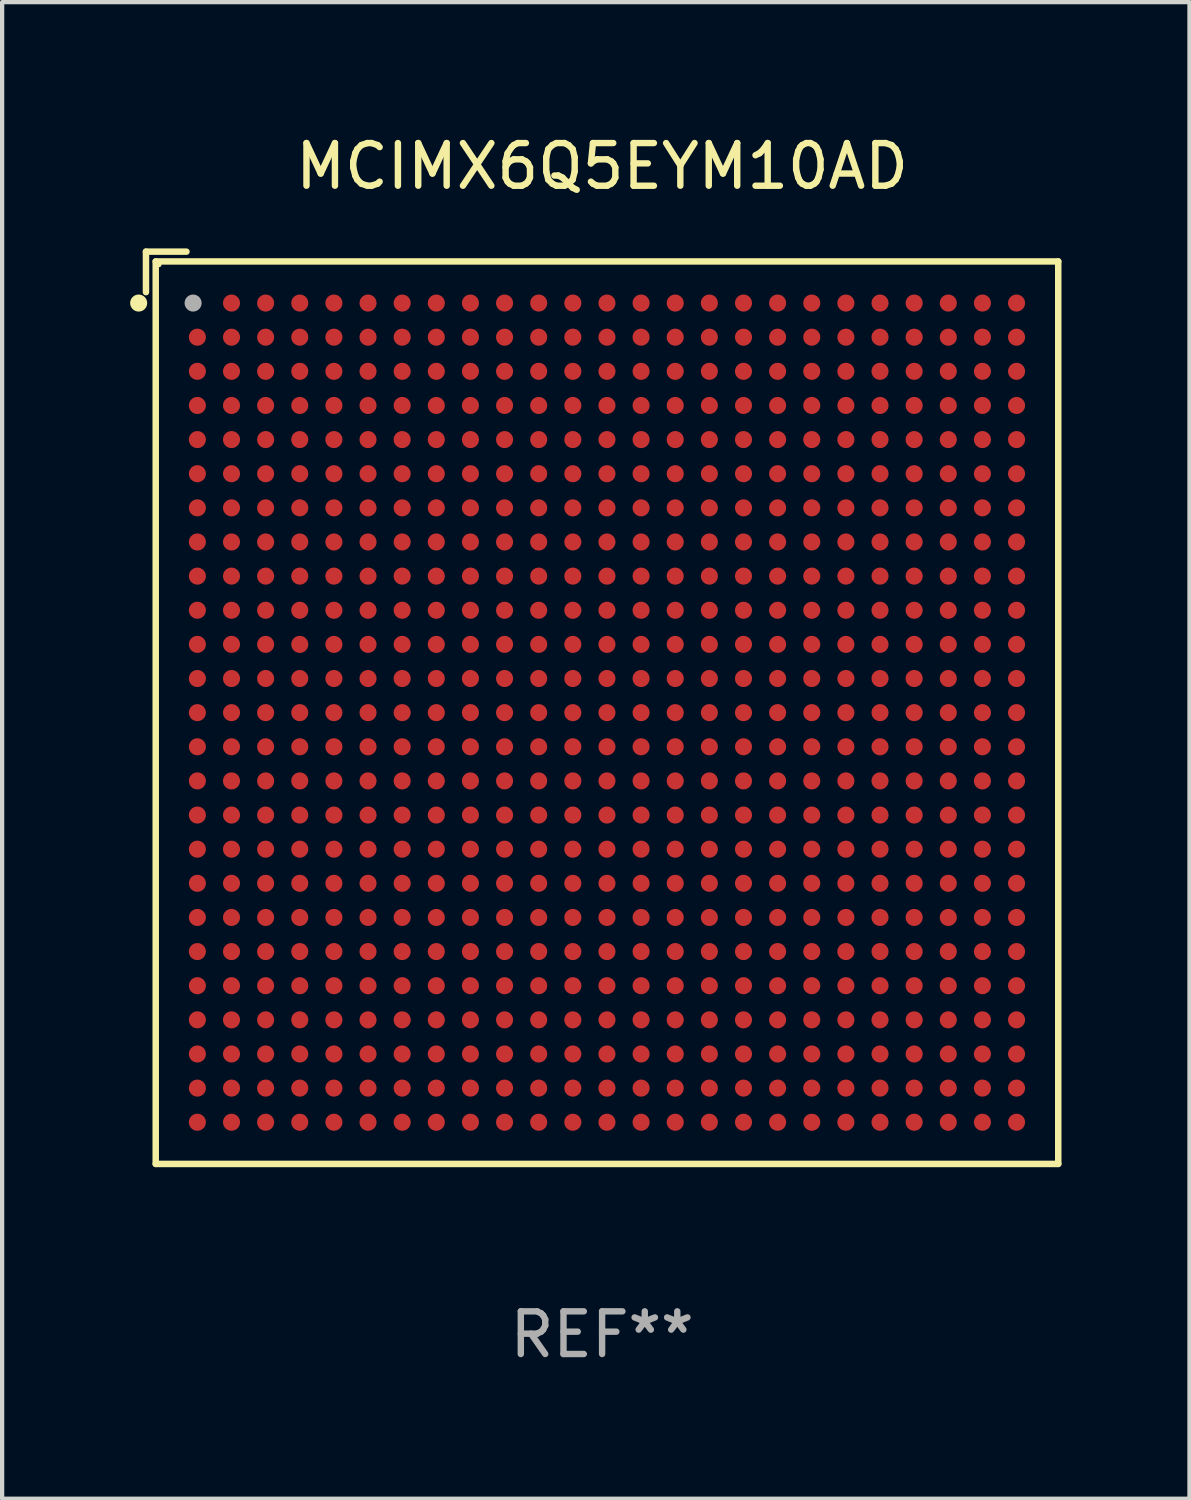
<source format=kicad_pcb>
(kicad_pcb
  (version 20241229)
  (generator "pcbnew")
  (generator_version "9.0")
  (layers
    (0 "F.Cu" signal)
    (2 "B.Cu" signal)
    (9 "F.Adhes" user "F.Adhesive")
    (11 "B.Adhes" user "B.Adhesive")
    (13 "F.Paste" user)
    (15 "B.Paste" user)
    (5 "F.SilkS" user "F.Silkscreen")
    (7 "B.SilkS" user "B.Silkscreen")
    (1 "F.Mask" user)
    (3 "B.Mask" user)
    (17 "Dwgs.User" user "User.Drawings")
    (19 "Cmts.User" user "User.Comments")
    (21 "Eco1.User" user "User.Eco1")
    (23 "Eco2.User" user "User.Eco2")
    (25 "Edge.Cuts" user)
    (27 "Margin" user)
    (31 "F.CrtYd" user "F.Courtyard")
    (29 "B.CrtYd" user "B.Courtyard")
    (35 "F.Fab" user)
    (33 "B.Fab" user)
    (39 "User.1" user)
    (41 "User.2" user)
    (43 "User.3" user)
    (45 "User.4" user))
  (footprint "MCIMX6Q5EYM10AD"
    (layer "F.Cu")
    (at 11.062 13.539)
    (property "Reference" "MCIMX6Q5EYM10AD" (at 0 -12.691 0) (layer "F.SilkS") (effects (font (size 1 1) (thickness 0.15))))
    (attr through_hole)
    (fp_line (start -10.691 -10.691) (end -10.691 -9.742) (stroke (width 0.152) (type solid)) (layer "F.SilkS"))
    (fp_line (start -10.462 -10.462) (end 10.691 -10.462) (stroke (width 0.152) (type solid)) (layer "F.SilkS"))
    (fp_line (start -10.462 10.691) (end -10.462 -10.462) (stroke (width 0.152) (type solid)) (layer "F.SilkS"))
    (fp_line (start -9.742 -10.691) (end -10.691 -10.691) (stroke (width 0.152) (type solid)) (layer "F.SilkS"))
    (fp_line (start 10.691 -10.462) (end 10.691 10.691) (stroke (width 0.152) (type solid)) (layer "F.SilkS"))
    (fp_line (start 10.691 10.691) (end -10.462 10.691) (stroke (width 0.152) (type solid)) (layer "F.SilkS"))
    (fp_circle (center -10.862 -9.486) (end -10.762 -9.486) (stroke (width 0.2) (type solid)) (fill no) (layer "F.SilkS"))
    (fp_circle (center -10.386 -10.386) (end -10.356 -10.386) (stroke (width 0.06) (type solid)) (fill no) (layer "F.SilkS"))
    (fp_circle (center -9.586 -9.486) (end -9.486 -9.486) (stroke (width 0.2) (type solid)) (fill no) (layer "F.Fab"))
    (fp_text user "REF**" (at 0 14.691 0) (layer "F.Fab") (effects (font (size 1 1) (thickness 0.15))))
    (pad "A2" smd circle (at -8.686 -9.486) (size 0.4 0.4) (layers "F.Cu" "F.Mask" "F.Paste"))
    (pad "A3" smd circle (at -7.886 -9.486) (size 0.4 0.4) (layers "F.Cu" "F.Mask" "F.Paste"))
    (pad "A4" smd circle (at -7.086 -9.486) (size 0.4 0.4) (layers "F.Cu" "F.Mask" "F.Paste"))
    (pad "A5" smd circle (at -6.286 -9.486) (size 0.4 0.4) (layers "F.Cu" "F.Mask" "F.Paste"))
    (pad "A6" smd circle (at -5.486 -9.486) (size 0.4 0.4) (layers "F.Cu" "F.Mask" "F.Paste"))
    (pad "A7" smd circle (at -4.686 -9.486) (size 0.4 0.4) (layers "F.Cu" "F.Mask" "F.Paste"))
    (pad "A8" smd circle (at -3.886 -9.486) (size 0.4 0.4) (layers "F.Cu" "F.Mask" "F.Paste"))
    (pad "A9" smd circle (at -3.086 -9.486) (size 0.4 0.4) (layers "F.Cu" "F.Mask" "F.Paste"))
    (pad "A10" smd circle (at -2.286 -9.486) (size 0.4 0.4) (layers "F.Cu" "F.Mask" "F.Paste"))
    (pad "A11" smd circle (at -1.486 -9.486) (size 0.4 0.4) (layers "F.Cu" "F.Mask" "F.Paste"))
    (pad "A12" smd circle (at -0.686 -9.486) (size 0.4 0.4) (layers "F.Cu" "F.Mask" "F.Paste"))
    (pad "A13" smd circle (at 0.114 -9.486) (size 0.4 0.4) (layers "F.Cu" "F.Mask" "F.Paste"))
    (pad "A14" smd circle (at 0.914 -9.486) (size 0.4 0.4) (layers "F.Cu" "F.Mask" "F.Paste"))
    (pad "A15" smd circle (at 1.714 -9.486) (size 0.4 0.4) (layers "F.Cu" "F.Mask" "F.Paste"))
    (pad "A16" smd circle (at 2.514 -9.486) (size 0.4 0.4) (layers "F.Cu" "F.Mask" "F.Paste"))
    (pad "A17" smd circle (at 3.314 -9.486) (size 0.4 0.4) (layers "F.Cu" "F.Mask" "F.Paste"))
    (pad "A18" smd circle (at 4.114 -9.486) (size 0.4 0.4) (layers "F.Cu" "F.Mask" "F.Paste"))
    (pad "A19" smd circle (at 4.914 -9.486) (size 0.4 0.4) (layers "F.Cu" "F.Mask" "F.Paste"))
    (pad "A20" smd circle (at 5.714 -9.486) (size 0.4 0.4) (layers "F.Cu" "F.Mask" "F.Paste"))
    (pad "A21" smd circle (at 6.514 -9.486) (size 0.4 0.4) (layers "F.Cu" "F.Mask" "F.Paste"))
    (pad "A22" smd circle (at 7.314 -9.486) (size 0.4 0.4) (layers "F.Cu" "F.Mask" "F.Paste"))
    (pad "A23" smd circle (at 8.114 -9.486) (size 0.4 0.4) (layers "F.Cu" "F.Mask" "F.Paste"))
    (pad "A24" smd circle (at 8.914 -9.486) (size 0.4 0.4) (layers "F.Cu" "F.Mask" "F.Paste"))
    (pad "A25" smd circle (at 9.714 -9.486) (size 0.4 0.4) (layers "F.Cu" "F.Mask" "F.Paste"))
    (pad "AA1" smd circle (at -9.486 6.514) (size 0.4 0.4) (layers "F.Cu" "F.Mask" "F.Paste"))
    (pad "AA2" smd circle (at -8.686 6.514) (size 0.4 0.4) (layers "F.Cu" "F.Mask" "F.Paste"))
    (pad "AA3" smd circle (at -7.886 6.514) (size 0.4 0.4) (layers "F.Cu" "F.Mask" "F.Paste"))
    (pad "AA4" smd circle (at -7.086 6.514) (size 0.4 0.4) (layers "F.Cu" "F.Mask" "F.Paste"))
    (pad "AA5" smd circle (at -6.286 6.514) (size 0.4 0.4) (layers "F.Cu" "F.Mask" "F.Paste"))
    (pad "AA6" smd circle (at -5.486 6.514) (size 0.4 0.4) (layers "F.Cu" "F.Mask" "F.Paste"))
    (pad "AA7" smd circle (at -4.686 6.514) (size 0.4 0.4) (layers "F.Cu" "F.Mask" "F.Paste"))
    (pad "AA8" smd circle (at -3.886 6.514) (size 0.4 0.4) (layers "F.Cu" "F.Mask" "F.Paste"))
    (pad "AA9" smd circle (at -3.086 6.514) (size 0.4 0.4) (layers "F.Cu" "F.Mask" "F.Paste"))
    (pad "AA10" smd circle (at -2.286 6.514) (size 0.4 0.4) (layers "F.Cu" "F.Mask" "F.Paste"))
    (pad "AA11" smd circle (at -1.486 6.514) (size 0.4 0.4) (layers "F.Cu" "F.Mask" "F.Paste"))
    (pad "AA12" smd circle (at -0.686 6.514) (size 0.4 0.4) (layers "F.Cu" "F.Mask" "F.Paste"))
    (pad "AA13" smd circle (at 0.114 6.514) (size 0.4 0.4) (layers "F.Cu" "F.Mask" "F.Paste"))
    (pad "AA14" smd circle (at 0.914 6.514) (size 0.4 0.4) (layers "F.Cu" "F.Mask" "F.Paste"))
    (pad "AA15" smd circle (at 1.714 6.514) (size 0.4 0.4) (layers "F.Cu" "F.Mask" "F.Paste"))
    (pad "AA16" smd circle (at 2.514 6.514) (size 0.4 0.4) (layers "F.Cu" "F.Mask" "F.Paste"))
    (pad "AA17" smd circle (at 3.314 6.514) (size 0.4 0.4) (layers "F.Cu" "F.Mask" "F.Paste"))
    (pad "AA18" smd circle (at 4.114 6.514) (size 0.4 0.4) (layers "F.Cu" "F.Mask" "F.Paste"))
    (pad "AA19" smd circle (at 4.914 6.514) (size 0.4 0.4) (layers "F.Cu" "F.Mask" "F.Paste"))
    (pad "AA20" smd circle (at 5.714 6.514) (size 0.4 0.4) (layers "F.Cu" "F.Mask" "F.Paste"))
    (pad "AA21" smd circle (at 6.514 6.514) (size 0.4 0.4) (layers "F.Cu" "F.Mask" "F.Paste"))
    (pad "AA22" smd circle (at 7.314 6.514) (size 0.4 0.4) (layers "F.Cu" "F.Mask" "F.Paste"))
    (pad "AA23" smd circle (at 8.114 6.514) (size 0.4 0.4) (layers "F.Cu" "F.Mask" "F.Paste"))
    (pad "AA24" smd circle (at 8.914 6.514) (size 0.4 0.4) (layers "F.Cu" "F.Mask" "F.Paste"))
    (pad "AA25" smd circle (at 9.714 6.514) (size 0.4 0.4) (layers "F.Cu" "F.Mask" "F.Paste"))
    (pad "AB1" smd circle (at -9.486 7.314) (size 0.4 0.4) (layers "F.Cu" "F.Mask" "F.Paste"))
    (pad "AB2" smd circle (at -8.686 7.314) (size 0.4 0.4) (layers "F.Cu" "F.Mask" "F.Paste"))
    (pad "AB3" smd circle (at -7.886 7.314) (size 0.4 0.4) (layers "F.Cu" "F.Mask" "F.Paste"))
    (pad "AB4" smd circle (at -7.086 7.314) (size 0.4 0.4) (layers "F.Cu" "F.Mask" "F.Paste"))
    (pad "AB5" smd circle (at -6.286 7.314) (size 0.4 0.4) (layers "F.Cu" "F.Mask" "F.Paste"))
    (pad "AB6" smd circle (at -5.486 7.314) (size 0.4 0.4) (layers "F.Cu" "F.Mask" "F.Paste"))
    (pad "AB7" smd circle (at -4.686 7.314) (size 0.4 0.4) (layers "F.Cu" "F.Mask" "F.Paste"))
    (pad "AB8" smd circle (at -3.886 7.314) (size 0.4 0.4) (layers "F.Cu" "F.Mask" "F.Paste"))
    (pad "AB9" smd circle (at -3.086 7.314) (size 0.4 0.4) (layers "F.Cu" "F.Mask" "F.Paste"))
    (pad "AB10" smd circle (at -2.286 7.314) (size 0.4 0.4) (layers "F.Cu" "F.Mask" "F.Paste"))
    (pad "AB11" smd circle (at -1.486 7.314) (size 0.4 0.4) (layers "F.Cu" "F.Mask" "F.Paste"))
    (pad "AB12" smd circle (at -0.686 7.314) (size 0.4 0.4) (layers "F.Cu" "F.Mask" "F.Paste"))
    (pad "AB13" smd circle (at 0.114 7.314) (size 0.4 0.4) (layers "F.Cu" "F.Mask" "F.Paste"))
    (pad "AB14" smd circle (at 0.914 7.314) (size 0.4 0.4) (layers "F.Cu" "F.Mask" "F.Paste"))
    (pad "AB15" smd circle (at 1.714 7.314) (size 0.4 0.4) (layers "F.Cu" "F.Mask" "F.Paste"))
    (pad "AB16" smd circle (at 2.514 7.314) (size 0.4 0.4) (layers "F.Cu" "F.Mask" "F.Paste"))
    (pad "AB17" smd circle (at 3.314 7.314) (size 0.4 0.4) (layers "F.Cu" "F.Mask" "F.Paste"))
    (pad "AB18" smd circle (at 4.114 7.314) (size 0.4 0.4) (layers "F.Cu" "F.Mask" "F.Paste"))
    (pad "AB19" smd circle (at 4.914 7.314) (size 0.4 0.4) (layers "F.Cu" "F.Mask" "F.Paste"))
    (pad "AB20" smd circle (at 5.714 7.314) (size 0.4 0.4) (layers "F.Cu" "F.Mask" "F.Paste"))
    (pad "AB21" smd circle (at 6.514 7.314) (size 0.4 0.4) (layers "F.Cu" "F.Mask" "F.Paste"))
    (pad "AB22" smd circle (at 7.314 7.314) (size 0.4 0.4) (layers "F.Cu" "F.Mask" "F.Paste"))
    (pad "AB23" smd circle (at 8.114 7.314) (size 0.4 0.4) (layers "F.Cu" "F.Mask" "F.Paste"))
    (pad "AB24" smd circle (at 8.914 7.314) (size 0.4 0.4) (layers "F.Cu" "F.Mask" "F.Paste"))
    (pad "AB25" smd circle (at 9.714 7.314) (size 0.4 0.4) (layers "F.Cu" "F.Mask" "F.Paste"))
    (pad "AC1" smd circle (at -9.486 8.114) (size 0.4 0.4) (layers "F.Cu" "F.Mask" "F.Paste"))
    (pad "AC2" smd circle (at -8.686 8.114) (size 0.4 0.4) (layers "F.Cu" "F.Mask" "F.Paste"))
    (pad "AC3" smd circle (at -7.886 8.114) (size 0.4 0.4) (layers "F.Cu" "F.Mask" "F.Paste"))
    (pad "AC4" smd circle (at -7.086 8.114) (size 0.4 0.4) (layers "F.Cu" "F.Mask" "F.Paste"))
    (pad "AC5" smd circle (at -6.286 8.114) (size 0.4 0.4) (layers "F.Cu" "F.Mask" "F.Paste"))
    (pad "AC6" smd circle (at -5.486 8.114) (size 0.4 0.4) (layers "F.Cu" "F.Mask" "F.Paste"))
    (pad "AC7" smd circle (at -4.686 8.114) (size 0.4 0.4) (layers "F.Cu" "F.Mask" "F.Paste"))
    (pad "AC8" smd circle (at -3.886 8.114) (size 0.4 0.4) (layers "F.Cu" "F.Mask" "F.Paste"))
    (pad "AC9" smd circle (at -3.086 8.114) (size 0.4 0.4) (layers "F.Cu" "F.Mask" "F.Paste"))
    (pad "AC10" smd circle (at -2.286 8.114) (size 0.4 0.4) (layers "F.Cu" "F.Mask" "F.Paste"))
    (pad "AC11" smd circle (at -1.486 8.114) (size 0.4 0.4) (layers "F.Cu" "F.Mask" "F.Paste"))
    (pad "AC12" smd circle (at -0.686 8.114) (size 0.4 0.4) (layers "F.Cu" "F.Mask" "F.Paste"))
    (pad "AC13" smd circle (at 0.114 8.114) (size 0.4 0.4) (layers "F.Cu" "F.Mask" "F.Paste"))
    (pad "AC14" smd circle (at 0.914 8.114) (size 0.4 0.4) (layers "F.Cu" "F.Mask" "F.Paste"))
    (pad "AC15" smd circle (at 1.714 8.114) (size 0.4 0.4) (layers "F.Cu" "F.Mask" "F.Paste"))
    (pad "AC16" smd circle (at 2.514 8.114) (size 0.4 0.4) (layers "F.Cu" "F.Mask" "F.Paste"))
    (pad "AC17" smd circle (at 3.314 8.114) (size 0.4 0.4) (layers "F.Cu" "F.Mask" "F.Paste"))
    (pad "AC18" smd circle (at 4.114 8.114) (size 0.4 0.4) (layers "F.Cu" "F.Mask" "F.Paste"))
    (pad "AC19" smd circle (at 4.914 8.114) (size 0.4 0.4) (layers "F.Cu" "F.Mask" "F.Paste"))
    (pad "AC20" smd circle (at 5.714 8.114) (size 0.4 0.4) (layers "F.Cu" "F.Mask" "F.Paste"))
    (pad "AC21" smd circle (at 6.514 8.114) (size 0.4 0.4) (layers "F.Cu" "F.Mask" "F.Paste"))
    (pad "AC22" smd circle (at 7.314 8.114) (size 0.4 0.4) (layers "F.Cu" "F.Mask" "F.Paste"))
    (pad "AC23" smd circle (at 8.114 8.114) (size 0.4 0.4) (layers "F.Cu" "F.Mask" "F.Paste"))
    (pad "AC24" smd circle (at 8.914 8.114) (size 0.4 0.4) (layers "F.Cu" "F.Mask" "F.Paste"))
    (pad "AC25" smd circle (at 9.714 8.114) (size 0.4 0.4) (layers "F.Cu" "F.Mask" "F.Paste"))
    (pad "AD1" smd circle (at -9.486 8.914) (size 0.4 0.4) (layers "F.Cu" "F.Mask" "F.Paste"))
    (pad "AD2" smd circle (at -8.686 8.914) (size 0.4 0.4) (layers "F.Cu" "F.Mask" "F.Paste"))
    (pad "AD3" smd circle (at -7.886 8.914) (size 0.4 0.4) (layers "F.Cu" "F.Mask" "F.Paste"))
    (pad "AD4" smd circle (at -7.086 8.914) (size 0.4 0.4) (layers "F.Cu" "F.Mask" "F.Paste"))
    (pad "AD5" smd circle (at -6.286 8.914) (size 0.4 0.4) (layers "F.Cu" "F.Mask" "F.Paste"))
    (pad "AD6" smd circle (at -5.486 8.914) (size 0.4 0.4) (layers "F.Cu" "F.Mask" "F.Paste"))
    (pad "AD7" smd circle (at -4.686 8.914) (size 0.4 0.4) (layers "F.Cu" "F.Mask" "F.Paste"))
    (pad "AD8" smd circle (at -3.886 8.914) (size 0.4 0.4) (layers "F.Cu" "F.Mask" "F.Paste"))
    (pad "AD9" smd circle (at -3.086 8.914) (size 0.4 0.4) (layers "F.Cu" "F.Mask" "F.Paste"))
    (pad "AD10" smd circle (at -2.286 8.914) (size 0.4 0.4) (layers "F.Cu" "F.Mask" "F.Paste"))
    (pad "AD11" smd circle (at -1.486 8.914) (size 0.4 0.4) (layers "F.Cu" "F.Mask" "F.Paste"))
    (pad "AD12" smd circle (at -0.686 8.914) (size 0.4 0.4) (layers "F.Cu" "F.Mask" "F.Paste"))
    (pad "AD13" smd circle (at 0.114 8.914) (size 0.4 0.4) (layers "F.Cu" "F.Mask" "F.Paste"))
    (pad "AD14" smd circle (at 0.914 8.914) (size 0.4 0.4) (layers "F.Cu" "F.Mask" "F.Paste"))
    (pad "AD15" smd circle (at 1.714 8.914) (size 0.4 0.4) (layers "F.Cu" "F.Mask" "F.Paste"))
    (pad "AD16" smd circle (at 2.514 8.914) (size 0.4 0.4) (layers "F.Cu" "F.Mask" "F.Paste"))
    (pad "AD17" smd circle (at 3.314 8.914) (size 0.4 0.4) (layers "F.Cu" "F.Mask" "F.Paste"))
    (pad "AD18" smd circle (at 4.114 8.914) (size 0.4 0.4) (layers "F.Cu" "F.Mask" "F.Paste"))
    (pad "AD19" smd circle (at 4.914 8.914) (size 0.4 0.4) (layers "F.Cu" "F.Mask" "F.Paste"))
    (pad "AD20" smd circle (at 5.714 8.914) (size 0.4 0.4) (layers "F.Cu" "F.Mask" "F.Paste"))
    (pad "AD21" smd circle (at 6.514 8.914) (size 0.4 0.4) (layers "F.Cu" "F.Mask" "F.Paste"))
    (pad "AD22" smd circle (at 7.314 8.914) (size 0.4 0.4) (layers "F.Cu" "F.Mask" "F.Paste"))
    (pad "AD23" smd circle (at 8.114 8.914) (size 0.4 0.4) (layers "F.Cu" "F.Mask" "F.Paste"))
    (pad "AD24" smd circle (at 8.914 8.914) (size 0.4 0.4) (layers "F.Cu" "F.Mask" "F.Paste"))
    (pad "AD25" smd circle (at 9.714 8.914) (size 0.4 0.4) (layers "F.Cu" "F.Mask" "F.Paste"))
    (pad "AE1" smd circle (at -9.486 9.714) (size 0.4 0.4) (layers "F.Cu" "F.Mask" "F.Paste"))
    (pad "AE2" smd circle (at -8.686 9.714) (size 0.4 0.4) (layers "F.Cu" "F.Mask" "F.Paste"))
    (pad "AE3" smd circle (at -7.886 9.714) (size 0.4 0.4) (layers "F.Cu" "F.Mask" "F.Paste"))
    (pad "AE4" smd circle (at -7.086 9.714) (size 0.4 0.4) (layers "F.Cu" "F.Mask" "F.Paste"))
    (pad "AE5" smd circle (at -6.286 9.714) (size 0.4 0.4) (layers "F.Cu" "F.Mask" "F.Paste"))
    (pad "AE6" smd circle (at -5.486 9.714) (size 0.4 0.4) (layers "F.Cu" "F.Mask" "F.Paste"))
    (pad "AE7" smd circle (at -4.686 9.714) (size 0.4 0.4) (layers "F.Cu" "F.Mask" "F.Paste"))
    (pad "AE8" smd circle (at -3.886 9.714) (size 0.4 0.4) (layers "F.Cu" "F.Mask" "F.Paste"))
    (pad "AE9" smd circle (at -3.086 9.714) (size 0.4 0.4) (layers "F.Cu" "F.Mask" "F.Paste"))
    (pad "AE10" smd circle (at -2.286 9.714) (size 0.4 0.4) (layers "F.Cu" "F.Mask" "F.Paste"))
    (pad "AE11" smd circle (at -1.486 9.714) (size 0.4 0.4) (layers "F.Cu" "F.Mask" "F.Paste"))
    (pad "AE12" smd circle (at -0.686 9.714) (size 0.4 0.4) (layers "F.Cu" "F.Mask" "F.Paste"))
    (pad "AE13" smd circle (at 0.114 9.714) (size 0.4 0.4) (layers "F.Cu" "F.Mask" "F.Paste"))
    (pad "AE14" smd circle (at 0.914 9.714) (size 0.4 0.4) (layers "F.Cu" "F.Mask" "F.Paste"))
    (pad "AE15" smd circle (at 1.714 9.714) (size 0.4 0.4) (layers "F.Cu" "F.Mask" "F.Paste"))
    (pad "AE16" smd circle (at 2.514 9.714) (size 0.4 0.4) (layers "F.Cu" "F.Mask" "F.Paste"))
    (pad "AE17" smd circle (at 3.314 9.714) (size 0.4 0.4) (layers "F.Cu" "F.Mask" "F.Paste"))
    (pad "AE18" smd circle (at 4.114 9.714) (size 0.4 0.4) (layers "F.Cu" "F.Mask" "F.Paste"))
    (pad "AE19" smd circle (at 4.914 9.714) (size 0.4 0.4) (layers "F.Cu" "F.Mask" "F.Paste"))
    (pad "AE20" smd circle (at 5.714 9.714) (size 0.4 0.4) (layers "F.Cu" "F.Mask" "F.Paste"))
    (pad "AE21" smd circle (at 6.514 9.714) (size 0.4 0.4) (layers "F.Cu" "F.Mask" "F.Paste"))
    (pad "AE22" smd circle (at 7.314 9.714) (size 0.4 0.4) (layers "F.Cu" "F.Mask" "F.Paste"))
    (pad "AE23" smd circle (at 8.114 9.714) (size 0.4 0.4) (layers "F.Cu" "F.Mask" "F.Paste"))
    (pad "AE24" smd circle (at 8.914 9.714) (size 0.4 0.4) (layers "F.Cu" "F.Mask" "F.Paste"))
    (pad "AE25" smd circle (at 9.714 9.714) (size 0.4 0.4) (layers "F.Cu" "F.Mask" "F.Paste"))
    (pad "B1" smd circle (at -9.486 -8.686) (size 0.4 0.4) (layers "F.Cu" "F.Mask" "F.Paste"))
    (pad "B2" smd circle (at -8.686 -8.686) (size 0.4 0.4) (layers "F.Cu" "F.Mask" "F.Paste"))
    (pad "B3" smd circle (at -7.886 -8.686) (size 0.4 0.4) (layers "F.Cu" "F.Mask" "F.Paste"))
    (pad "B4" smd circle (at -7.086 -8.686) (size 0.4 0.4) (layers "F.Cu" "F.Mask" "F.Paste"))
    (pad "B5" smd circle (at -6.286 -8.686) (size 0.4 0.4) (layers "F.Cu" "F.Mask" "F.Paste"))
    (pad "B6" smd circle (at -5.486 -8.686) (size 0.4 0.4) (layers "F.Cu" "F.Mask" "F.Paste"))
    (pad "B7" smd circle (at -4.686 -8.686) (size 0.4 0.4) (layers "F.Cu" "F.Mask" "F.Paste"))
    (pad "B8" smd circle (at -3.886 -8.686) (size 0.4 0.4) (layers "F.Cu" "F.Mask" "F.Paste"))
    (pad "B9" smd circle (at -3.086 -8.686) (size 0.4 0.4) (layers "F.Cu" "F.Mask" "F.Paste"))
    (pad "B10" smd circle (at -2.286 -8.686) (size 0.4 0.4) (layers "F.Cu" "F.Mask" "F.Paste"))
    (pad "B11" smd circle (at -1.486 -8.686) (size 0.4 0.4) (layers "F.Cu" "F.Mask" "F.Paste"))
    (pad "B12" smd circle (at -0.686 -8.686) (size 0.4 0.4) (layers "F.Cu" "F.Mask" "F.Paste"))
    (pad "B13" smd circle (at 0.114 -8.686) (size 0.4 0.4) (layers "F.Cu" "F.Mask" "F.Paste"))
    (pad "B14" smd circle (at 0.914 -8.686) (size 0.4 0.4) (layers "F.Cu" "F.Mask" "F.Paste"))
    (pad "B15" smd circle (at 1.714 -8.686) (size 0.4 0.4) (layers "F.Cu" "F.Mask" "F.Paste"))
    (pad "B16" smd circle (at 2.514 -8.686) (size 0.4 0.4) (layers "F.Cu" "F.Mask" "F.Paste"))
    (pad "B17" smd circle (at 3.314 -8.686) (size 0.4 0.4) (layers "F.Cu" "F.Mask" "F.Paste"))
    (pad "B18" smd circle (at 4.114 -8.686) (size 0.4 0.4) (layers "F.Cu" "F.Mask" "F.Paste"))
    (pad "B19" smd circle (at 4.914 -8.686) (size 0.4 0.4) (layers "F.Cu" "F.Mask" "F.Paste"))
    (pad "B20" smd circle (at 5.714 -8.686) (size 0.4 0.4) (layers "F.Cu" "F.Mask" "F.Paste"))
    (pad "B21" smd circle (at 6.514 -8.686) (size 0.4 0.4) (layers "F.Cu" "F.Mask" "F.Paste"))
    (pad "B22" smd circle (at 7.314 -8.686) (size 0.4 0.4) (layers "F.Cu" "F.Mask" "F.Paste"))
    (pad "B23" smd circle (at 8.114 -8.686) (size 0.4 0.4) (layers "F.Cu" "F.Mask" "F.Paste"))
    (pad "B24" smd circle (at 8.914 -8.686) (size 0.4 0.4) (layers "F.Cu" "F.Mask" "F.Paste"))
    (pad "B25" smd circle (at 9.714 -8.686) (size 0.4 0.4) (layers "F.Cu" "F.Mask" "F.Paste"))
    (pad "C1" smd circle (at -9.486 -7.886) (size 0.4 0.4) (layers "F.Cu" "F.Mask" "F.Paste"))
    (pad "C2" smd circle (at -8.686 -7.886) (size 0.4 0.4) (layers "F.Cu" "F.Mask" "F.Paste"))
    (pad "C3" smd circle (at -7.886 -7.886) (size 0.4 0.4) (layers "F.Cu" "F.Mask" "F.Paste"))
    (pad "C4" smd circle (at -7.086 -7.886) (size 0.4 0.4) (layers "F.Cu" "F.Mask" "F.Paste"))
    (pad "C5" smd circle (at -6.286 -7.886) (size 0.4 0.4) (layers "F.Cu" "F.Mask" "F.Paste"))
    (pad "C6" smd circle (at -5.486 -7.886) (size 0.4 0.4) (layers "F.Cu" "F.Mask" "F.Paste"))
    (pad "C7" smd circle (at -4.686 -7.886) (size 0.4 0.4) (layers "F.Cu" "F.Mask" "F.Paste"))
    (pad "C8" smd circle (at -3.886 -7.886) (size 0.4 0.4) (layers "F.Cu" "F.Mask" "F.Paste"))
    (pad "C9" smd circle (at -3.086 -7.886) (size 0.4 0.4) (layers "F.Cu" "F.Mask" "F.Paste"))
    (pad "C10" smd circle (at -2.286 -7.886) (size 0.4 0.4) (layers "F.Cu" "F.Mask" "F.Paste"))
    (pad "C11" smd circle (at -1.486 -7.886) (size 0.4 0.4) (layers "F.Cu" "F.Mask" "F.Paste"))
    (pad "C12" smd circle (at -0.686 -7.886) (size 0.4 0.4) (layers "F.Cu" "F.Mask" "F.Paste"))
    (pad "C13" smd circle (at 0.114 -7.886) (size 0.4 0.4) (layers "F.Cu" "F.Mask" "F.Paste"))
    (pad "C14" smd circle (at 0.914 -7.886) (size 0.4 0.4) (layers "F.Cu" "F.Mask" "F.Paste"))
    (pad "C15" smd circle (at 1.714 -7.886) (size 0.4 0.4) (layers "F.Cu" "F.Mask" "F.Paste"))
    (pad "C16" smd circle (at 2.514 -7.886) (size 0.4 0.4) (layers "F.Cu" "F.Mask" "F.Paste"))
    (pad "C17" smd circle (at 3.314 -7.886) (size 0.4 0.4) (layers "F.Cu" "F.Mask" "F.Paste"))
    (pad "C18" smd circle (at 4.114 -7.886) (size 0.4 0.4) (layers "F.Cu" "F.Mask" "F.Paste"))
    (pad "C19" smd circle (at 4.914 -7.886) (size 0.4 0.4) (layers "F.Cu" "F.Mask" "F.Paste"))
    (pad "C20" smd circle (at 5.714 -7.886) (size 0.4 0.4) (layers "F.Cu" "F.Mask" "F.Paste"))
    (pad "C21" smd circle (at 6.514 -7.886) (size 0.4 0.4) (layers "F.Cu" "F.Mask" "F.Paste"))
    (pad "C22" smd circle (at 7.314 -7.886) (size 0.4 0.4) (layers "F.Cu" "F.Mask" "F.Paste"))
    (pad "C23" smd circle (at 8.114 -7.886) (size 0.4 0.4) (layers "F.Cu" "F.Mask" "F.Paste"))
    (pad "C24" smd circle (at 8.914 -7.886) (size 0.4 0.4) (layers "F.Cu" "F.Mask" "F.Paste"))
    (pad "C25" smd circle (at 9.714 -7.886) (size 0.4 0.4) (layers "F.Cu" "F.Mask" "F.Paste"))
    (pad "D1" smd circle (at -9.486 -7.086) (size 0.4 0.4) (layers "F.Cu" "F.Mask" "F.Paste"))
    (pad "D2" smd circle (at -8.686 -7.086) (size 0.4 0.4) (layers "F.Cu" "F.Mask" "F.Paste"))
    (pad "D3" smd circle (at -7.886 -7.086) (size 0.4 0.4) (layers "F.Cu" "F.Mask" "F.Paste"))
    (pad "D4" smd circle (at -7.086 -7.086) (size 0.4 0.4) (layers "F.Cu" "F.Mask" "F.Paste"))
    (pad "D5" smd circle (at -6.286 -7.086) (size 0.4 0.4) (layers "F.Cu" "F.Mask" "F.Paste"))
    (pad "D6" smd circle (at -5.486 -7.086) (size 0.4 0.4) (layers "F.Cu" "F.Mask" "F.Paste"))
    (pad "D7" smd circle (at -4.686 -7.086) (size 0.4 0.4) (layers "F.Cu" "F.Mask" "F.Paste"))
    (pad "D8" smd circle (at -3.886 -7.086) (size 0.4 0.4) (layers "F.Cu" "F.Mask" "F.Paste"))
    (pad "D9" smd circle (at -3.086 -7.086) (size 0.4 0.4) (layers "F.Cu" "F.Mask" "F.Paste"))
    (pad "D10" smd circle (at -2.286 -7.086) (size 0.4 0.4) (layers "F.Cu" "F.Mask" "F.Paste"))
    (pad "D11" smd circle (at -1.486 -7.086) (size 0.4 0.4) (layers "F.Cu" "F.Mask" "F.Paste"))
    (pad "D12" smd circle (at -0.686 -7.086) (size 0.4 0.4) (layers "F.Cu" "F.Mask" "F.Paste"))
    (pad "D13" smd circle (at 0.114 -7.086) (size 0.4 0.4) (layers "F.Cu" "F.Mask" "F.Paste"))
    (pad "D14" smd circle (at 0.914 -7.086) (size 0.4 0.4) (layers "F.Cu" "F.Mask" "F.Paste"))
    (pad "D15" smd circle (at 1.714 -7.086) (size 0.4 0.4) (layers "F.Cu" "F.Mask" "F.Paste"))
    (pad "D16" smd circle (at 2.514 -7.086) (size 0.4 0.4) (layers "F.Cu" "F.Mask" "F.Paste"))
    (pad "D17" smd circle (at 3.314 -7.086) (size 0.4 0.4) (layers "F.Cu" "F.Mask" "F.Paste"))
    (pad "D18" smd circle (at 4.114 -7.086) (size 0.4 0.4) (layers "F.Cu" "F.Mask" "F.Paste"))
    (pad "D19" smd circle (at 4.914 -7.086) (size 0.4 0.4) (layers "F.Cu" "F.Mask" "F.Paste"))
    (pad "D20" smd circle (at 5.714 -7.086) (size 0.4 0.4) (layers "F.Cu" "F.Mask" "F.Paste"))
    (pad "D21" smd circle (at 6.514 -7.086) (size 0.4 0.4) (layers "F.Cu" "F.Mask" "F.Paste"))
    (pad "D22" smd circle (at 7.314 -7.086) (size 0.4 0.4) (layers "F.Cu" "F.Mask" "F.Paste"))
    (pad "D23" smd circle (at 8.114 -7.086) (size 0.4 0.4) (layers "F.Cu" "F.Mask" "F.Paste"))
    (pad "D24" smd circle (at 8.914 -7.086) (size 0.4 0.4) (layers "F.Cu" "F.Mask" "F.Paste"))
    (pad "D25" smd circle (at 9.714 -7.086) (size 0.4 0.4) (layers "F.Cu" "F.Mask" "F.Paste"))
    (pad "E1" smd circle (at -9.486 -6.286) (size 0.4 0.4) (layers "F.Cu" "F.Mask" "F.Paste"))
    (pad "E2" smd circle (at -8.686 -6.286) (size 0.4 0.4) (layers "F.Cu" "F.Mask" "F.Paste"))
    (pad "E3" smd circle (at -7.886 -6.286) (size 0.4 0.4) (layers "F.Cu" "F.Mask" "F.Paste"))
    (pad "E4" smd circle (at -7.086 -6.286) (size 0.4 0.4) (layers "F.Cu" "F.Mask" "F.Paste"))
    (pad "E5" smd circle (at -6.286 -6.286) (size 0.4 0.4) (layers "F.Cu" "F.Mask" "F.Paste"))
    (pad "E6" smd circle (at -5.486 -6.286) (size 0.4 0.4) (layers "F.Cu" "F.Mask" "F.Paste"))
    (pad "E7" smd circle (at -4.686 -6.286) (size 0.4 0.4) (layers "F.Cu" "F.Mask" "F.Paste"))
    (pad "E8" smd circle (at -3.886 -6.286) (size 0.4 0.4) (layers "F.Cu" "F.Mask" "F.Paste"))
    (pad "E9" smd circle (at -3.086 -6.286) (size 0.4 0.4) (layers "F.Cu" "F.Mask" "F.Paste"))
    (pad "E10" smd circle (at -2.286 -6.286) (size 0.4 0.4) (layers "F.Cu" "F.Mask" "F.Paste"))
    (pad "E11" smd circle (at -1.486 -6.286) (size 0.4 0.4) (layers "F.Cu" "F.Mask" "F.Paste"))
    (pad "E12" smd circle (at -0.686 -6.286) (size 0.4 0.4) (layers "F.Cu" "F.Mask" "F.Paste"))
    (pad "E13" smd circle (at 0.114 -6.286) (size 0.4 0.4) (layers "F.Cu" "F.Mask" "F.Paste"))
    (pad "E14" smd circle (at 0.914 -6.286) (size 0.4 0.4) (layers "F.Cu" "F.Mask" "F.Paste"))
    (pad "E15" smd circle (at 1.714 -6.286) (size 0.4 0.4) (layers "F.Cu" "F.Mask" "F.Paste"))
    (pad "E16" smd circle (at 2.514 -6.286) (size 0.4 0.4) (layers "F.Cu" "F.Mask" "F.Paste"))
    (pad "E17" smd circle (at 3.314 -6.286) (size 0.4 0.4) (layers "F.Cu" "F.Mask" "F.Paste"))
    (pad "E18" smd circle (at 4.114 -6.286) (size 0.4 0.4) (layers "F.Cu" "F.Mask" "F.Paste"))
    (pad "E19" smd circle (at 4.914 -6.286) (size 0.4 0.4) (layers "F.Cu" "F.Mask" "F.Paste"))
    (pad "E20" smd circle (at 5.714 -6.286) (size 0.4 0.4) (layers "F.Cu" "F.Mask" "F.Paste"))
    (pad "E21" smd circle (at 6.514 -6.286) (size 0.4 0.4) (layers "F.Cu" "F.Mask" "F.Paste"))
    (pad "E22" smd circle (at 7.314 -6.286) (size 0.4 0.4) (layers "F.Cu" "F.Mask" "F.Paste"))
    (pad "E23" smd circle (at 8.114 -6.286) (size 0.4 0.4) (layers "F.Cu" "F.Mask" "F.Paste"))
    (pad "E24" smd circle (at 8.914 -6.286) (size 0.4 0.4) (layers "F.Cu" "F.Mask" "F.Paste"))
    (pad "E25" smd circle (at 9.714 -6.286) (size 0.4 0.4) (layers "F.Cu" "F.Mask" "F.Paste"))
    (pad "F1" smd circle (at -9.486 -5.486) (size 0.4 0.4) (layers "F.Cu" "F.Mask" "F.Paste"))
    (pad "F2" smd circle (at -8.686 -5.486) (size 0.4 0.4) (layers "F.Cu" "F.Mask" "F.Paste"))
    (pad "F3" smd circle (at -7.886 -5.486) (size 0.4 0.4) (layers "F.Cu" "F.Mask" "F.Paste"))
    (pad "F4" smd circle (at -7.086 -5.486) (size 0.4 0.4) (layers "F.Cu" "F.Mask" "F.Paste"))
    (pad "F5" smd circle (at -6.286 -5.486) (size 0.4 0.4) (layers "F.Cu" "F.Mask" "F.Paste"))
    (pad "F6" smd circle (at -5.486 -5.486) (size 0.4 0.4) (layers "F.Cu" "F.Mask" "F.Paste"))
    (pad "F7" smd circle (at -4.686 -5.486) (size 0.4 0.4) (layers "F.Cu" "F.Mask" "F.Paste"))
    (pad "F8" smd circle (at -3.886 -5.486) (size 0.4 0.4) (layers "F.Cu" "F.Mask" "F.Paste"))
    (pad "F9" smd circle (at -3.086 -5.486) (size 0.4 0.4) (layers "F.Cu" "F.Mask" "F.Paste"))
    (pad "F10" smd circle (at -2.286 -5.486) (size 0.4 0.4) (layers "F.Cu" "F.Mask" "F.Paste"))
    (pad "F11" smd circle (at -1.486 -5.486) (size 0.4 0.4) (layers "F.Cu" "F.Mask" "F.Paste"))
    (pad "F12" smd circle (at -0.686 -5.486) (size 0.4 0.4) (layers "F.Cu" "F.Mask" "F.Paste"))
    (pad "F13" smd circle (at 0.114 -5.486) (size 0.4 0.4) (layers "F.Cu" "F.Mask" "F.Paste"))
    (pad "F14" smd circle (at 0.914 -5.486) (size 0.4 0.4) (layers "F.Cu" "F.Mask" "F.Paste"))
    (pad "F15" smd circle (at 1.714 -5.486) (size 0.4 0.4) (layers "F.Cu" "F.Mask" "F.Paste"))
    (pad "F16" smd circle (at 2.514 -5.486) (size 0.4 0.4) (layers "F.Cu" "F.Mask" "F.Paste"))
    (pad "F17" smd circle (at 3.314 -5.486) (size 0.4 0.4) (layers "F.Cu" "F.Mask" "F.Paste"))
    (pad "F18" smd circle (at 4.114 -5.486) (size 0.4 0.4) (layers "F.Cu" "F.Mask" "F.Paste"))
    (pad "F19" smd circle (at 4.914 -5.486) (size 0.4 0.4) (layers "F.Cu" "F.Mask" "F.Paste"))
    (pad "F20" smd circle (at 5.714 -5.486) (size 0.4 0.4) (layers "F.Cu" "F.Mask" "F.Paste"))
    (pad "F21" smd circle (at 6.514 -5.486) (size 0.4 0.4) (layers "F.Cu" "F.Mask" "F.Paste"))
    (pad "F22" smd circle (at 7.314 -5.486) (size 0.4 0.4) (layers "F.Cu" "F.Mask" "F.Paste"))
    (pad "F23" smd circle (at 8.114 -5.486) (size 0.4 0.4) (layers "F.Cu" "F.Mask" "F.Paste"))
    (pad "F24" smd circle (at 8.914 -5.486) (size 0.4 0.4) (layers "F.Cu" "F.Mask" "F.Paste"))
    (pad "F25" smd circle (at 9.714 -5.486) (size 0.4 0.4) (layers "F.Cu" "F.Mask" "F.Paste"))
    (pad "G1" smd circle (at -9.486 -4.686) (size 0.4 0.4) (layers "F.Cu" "F.Mask" "F.Paste"))
    (pad "G2" smd circle (at -8.686 -4.686) (size 0.4 0.4) (layers "F.Cu" "F.Mask" "F.Paste"))
    (pad "G3" smd circle (at -7.886 -4.686) (size 0.4 0.4) (layers "F.Cu" "F.Mask" "F.Paste"))
    (pad "G4" smd circle (at -7.086 -4.686) (size 0.4 0.4) (layers "F.Cu" "F.Mask" "F.Paste"))
    (pad "G5" smd circle (at -6.286 -4.686) (size 0.4 0.4) (layers "F.Cu" "F.Mask" "F.Paste"))
    (pad "G6" smd circle (at -5.486 -4.686) (size 0.4 0.4) (layers "F.Cu" "F.Mask" "F.Paste"))
    (pad "G7" smd circle (at -4.686 -4.686) (size 0.4 0.4) (layers "F.Cu" "F.Mask" "F.Paste"))
    (pad "G8" smd circle (at -3.886 -4.686) (size 0.4 0.4) (layers "F.Cu" "F.Mask" "F.Paste"))
    (pad "G9" smd circle (at -3.086 -4.686) (size 0.4 0.4) (layers "F.Cu" "F.Mask" "F.Paste"))
    (pad "G10" smd circle (at -2.286 -4.686) (size 0.4 0.4) (layers "F.Cu" "F.Mask" "F.Paste"))
    (pad "G11" smd circle (at -1.486 -4.686) (size 0.4 0.4) (layers "F.Cu" "F.Mask" "F.Paste"))
    (pad "G12" smd circle (at -0.686 -4.686) (size 0.4 0.4) (layers "F.Cu" "F.Mask" "F.Paste"))
    (pad "G13" smd circle (at 0.114 -4.686) (size 0.4 0.4) (layers "F.Cu" "F.Mask" "F.Paste"))
    (pad "G14" smd circle (at 0.914 -4.686) (size 0.4 0.4) (layers "F.Cu" "F.Mask" "F.Paste"))
    (pad "G15" smd circle (at 1.714 -4.686) (size 0.4 0.4) (layers "F.Cu" "F.Mask" "F.Paste"))
    (pad "G16" smd circle (at 2.514 -4.686) (size 0.4 0.4) (layers "F.Cu" "F.Mask" "F.Paste"))
    (pad "G17" smd circle (at 3.314 -4.686) (size 0.4 0.4) (layers "F.Cu" "F.Mask" "F.Paste"))
    (pad "G18" smd circle (at 4.114 -4.686) (size 0.4 0.4) (layers "F.Cu" "F.Mask" "F.Paste"))
    (pad "G19" smd circle (at 4.914 -4.686) (size 0.4 0.4) (layers "F.Cu" "F.Mask" "F.Paste"))
    (pad "G20" smd circle (at 5.714 -4.686) (size 0.4 0.4) (layers "F.Cu" "F.Mask" "F.Paste"))
    (pad "G21" smd circle (at 6.514 -4.686) (size 0.4 0.4) (layers "F.Cu" "F.Mask" "F.Paste"))
    (pad "G22" smd circle (at 7.314 -4.686) (size 0.4 0.4) (layers "F.Cu" "F.Mask" "F.Paste"))
    (pad "G23" smd circle (at 8.114 -4.686) (size 0.4 0.4) (layers "F.Cu" "F.Mask" "F.Paste"))
    (pad "G24" smd circle (at 8.914 -4.686) (size 0.4 0.4) (layers "F.Cu" "F.Mask" "F.Paste"))
    (pad "G25" smd circle (at 9.714 -4.686) (size 0.4 0.4) (layers "F.Cu" "F.Mask" "F.Paste"))
    (pad "H1" smd circle (at -9.486 -3.886) (size 0.4 0.4) (layers "F.Cu" "F.Mask" "F.Paste"))
    (pad "H2" smd circle (at -8.686 -3.886) (size 0.4 0.4) (layers "F.Cu" "F.Mask" "F.Paste"))
    (pad "H3" smd circle (at -7.886 -3.886) (size 0.4 0.4) (layers "F.Cu" "F.Mask" "F.Paste"))
    (pad "H4" smd circle (at -7.086 -3.886) (size 0.4 0.4) (layers "F.Cu" "F.Mask" "F.Paste"))
    (pad "H5" smd circle (at -6.286 -3.886) (size 0.4 0.4) (layers "F.Cu" "F.Mask" "F.Paste"))
    (pad "H6" smd circle (at -5.486 -3.886) (size 0.4 0.4) (layers "F.Cu" "F.Mask" "F.Paste"))
    (pad "H7" smd circle (at -4.686 -3.886) (size 0.4 0.4) (layers "F.Cu" "F.Mask" "F.Paste"))
    (pad "H8" smd circle (at -3.886 -3.886) (size 0.4 0.4) (layers "F.Cu" "F.Mask" "F.Paste"))
    (pad "H9" smd circle (at -3.086 -3.886) (size 0.4 0.4) (layers "F.Cu" "F.Mask" "F.Paste"))
    (pad "H10" smd circle (at -2.286 -3.886) (size 0.4 0.4) (layers "F.Cu" "F.Mask" "F.Paste"))
    (pad "H11" smd circle (at -1.486 -3.886) (size 0.4 0.4) (layers "F.Cu" "F.Mask" "F.Paste"))
    (pad "H12" smd circle (at -0.686 -3.886) (size 0.4 0.4) (layers "F.Cu" "F.Mask" "F.Paste"))
    (pad "H13" smd circle (at 0.114 -3.886) (size 0.4 0.4) (layers "F.Cu" "F.Mask" "F.Paste"))
    (pad "H14" smd circle (at 0.914 -3.886) (size 0.4 0.4) (layers "F.Cu" "F.Mask" "F.Paste"))
    (pad "H15" smd circle (at 1.714 -3.886) (size 0.4 0.4) (layers "F.Cu" "F.Mask" "F.Paste"))
    (pad "H16" smd circle (at 2.514 -3.886) (size 0.4 0.4) (layers "F.Cu" "F.Mask" "F.Paste"))
    (pad "H17" smd circle (at 3.314 -3.886) (size 0.4 0.4) (layers "F.Cu" "F.Mask" "F.Paste"))
    (pad "H18" smd circle (at 4.114 -3.886) (size 0.4 0.4) (layers "F.Cu" "F.Mask" "F.Paste"))
    (pad "H19" smd circle (at 4.914 -3.886) (size 0.4 0.4) (layers "F.Cu" "F.Mask" "F.Paste"))
    (pad "H20" smd circle (at 5.714 -3.886) (size 0.4 0.4) (layers "F.Cu" "F.Mask" "F.Paste"))
    (pad "H21" smd circle (at 6.514 -3.886) (size 0.4 0.4) (layers "F.Cu" "F.Mask" "F.Paste"))
    (pad "H22" smd circle (at 7.314 -3.886) (size 0.4 0.4) (layers "F.Cu" "F.Mask" "F.Paste"))
    (pad "H23" smd circle (at 8.114 -3.886) (size 0.4 0.4) (layers "F.Cu" "F.Mask" "F.Paste"))
    (pad "H24" smd circle (at 8.914 -3.886) (size 0.4 0.4) (layers "F.Cu" "F.Mask" "F.Paste"))
    (pad "H25" smd circle (at 9.714 -3.886) (size 0.4 0.4) (layers "F.Cu" "F.Mask" "F.Paste"))
    (pad "J1" smd circle (at -9.486 -3.086) (size 0.4 0.4) (layers "F.Cu" "F.Mask" "F.Paste"))
    (pad "J2" smd circle (at -8.686 -3.086) (size 0.4 0.4) (layers "F.Cu" "F.Mask" "F.Paste"))
    (pad "J3" smd circle (at -7.886 -3.086) (size 0.4 0.4) (layers "F.Cu" "F.Mask" "F.Paste"))
    (pad "J4" smd circle (at -7.086 -3.086) (size 0.4 0.4) (layers "F.Cu" "F.Mask" "F.Paste"))
    (pad "J5" smd circle (at -6.286 -3.086) (size 0.4 0.4) (layers "F.Cu" "F.Mask" "F.Paste"))
    (pad "J6" smd circle (at -5.486 -3.086) (size 0.4 0.4) (layers "F.Cu" "F.Mask" "F.Paste"))
    (pad "J7" smd circle (at -4.686 -3.086) (size 0.4 0.4) (layers "F.Cu" "F.Mask" "F.Paste"))
    (pad "J8" smd circle (at -3.886 -3.086) (size 0.4 0.4) (layers "F.Cu" "F.Mask" "F.Paste"))
    (pad "J9" smd circle (at -3.086 -3.086) (size 0.4 0.4) (layers "F.Cu" "F.Mask" "F.Paste"))
    (pad "J10" smd circle (at -2.286 -3.086) (size 0.4 0.4) (layers "F.Cu" "F.Mask" "F.Paste"))
    (pad "J11" smd circle (at -1.486 -3.086) (size 0.4 0.4) (layers "F.Cu" "F.Mask" "F.Paste"))
    (pad "J12" smd circle (at -0.686 -3.086) (size 0.4 0.4) (layers "F.Cu" "F.Mask" "F.Paste"))
    (pad "J13" smd circle (at 0.114 -3.086) (size 0.4 0.4) (layers "F.Cu" "F.Mask" "F.Paste"))
    (pad "J14" smd circle (at 0.914 -3.086) (size 0.4 0.4) (layers "F.Cu" "F.Mask" "F.Paste"))
    (pad "J15" smd circle (at 1.714 -3.086) (size 0.4 0.4) (layers "F.Cu" "F.Mask" "F.Paste"))
    (pad "J16" smd circle (at 2.514 -3.086) (size 0.4 0.4) (layers "F.Cu" "F.Mask" "F.Paste"))
    (pad "J17" smd circle (at 3.314 -3.086) (size 0.4 0.4) (layers "F.Cu" "F.Mask" "F.Paste"))
    (pad "J18" smd circle (at 4.114 -3.086) (size 0.4 0.4) (layers "F.Cu" "F.Mask" "F.Paste"))
    (pad "J19" smd circle (at 4.914 -3.086) (size 0.4 0.4) (layers "F.Cu" "F.Mask" "F.Paste"))
    (pad "J20" smd circle (at 5.714 -3.086) (size 0.4 0.4) (layers "F.Cu" "F.Mask" "F.Paste"))
    (pad "J21" smd circle (at 6.514 -3.086) (size 0.4 0.4) (layers "F.Cu" "F.Mask" "F.Paste"))
    (pad "J22" smd circle (at 7.314 -3.086) (size 0.4 0.4) (layers "F.Cu" "F.Mask" "F.Paste"))
    (pad "J23" smd circle (at 8.114 -3.086) (size 0.4 0.4) (layers "F.Cu" "F.Mask" "F.Paste"))
    (pad "J24" smd circle (at 8.914 -3.086) (size 0.4 0.4) (layers "F.Cu" "F.Mask" "F.Paste"))
    (pad "J25" smd circle (at 9.714 -3.086) (size 0.4 0.4) (layers "F.Cu" "F.Mask" "F.Paste"))
    (pad "K1" smd circle (at -9.486 -2.286) (size 0.4 0.4) (layers "F.Cu" "F.Mask" "F.Paste"))
    (pad "K2" smd circle (at -8.686 -2.286) (size 0.4 0.4) (layers "F.Cu" "F.Mask" "F.Paste"))
    (pad "K3" smd circle (at -7.886 -2.286) (size 0.4 0.4) (layers "F.Cu" "F.Mask" "F.Paste"))
    (pad "K4" smd circle (at -7.086 -2.286) (size 0.4 0.4) (layers "F.Cu" "F.Mask" "F.Paste"))
    (pad "K5" smd circle (at -6.286 -2.286) (size 0.4 0.4) (layers "F.Cu" "F.Mask" "F.Paste"))
    (pad "K6" smd circle (at -5.486 -2.286) (size 0.4 0.4) (layers "F.Cu" "F.Mask" "F.Paste"))
    (pad "K7" smd circle (at -4.686 -2.286) (size 0.4 0.4) (layers "F.Cu" "F.Mask" "F.Paste"))
    (pad "K8" smd circle (at -3.886 -2.286) (size 0.4 0.4) (layers "F.Cu" "F.Mask" "F.Paste"))
    (pad "K9" smd circle (at -3.086 -2.286) (size 0.4 0.4) (layers "F.Cu" "F.Mask" "F.Paste"))
    (pad "K10" smd circle (at -2.286 -2.286) (size 0.4 0.4) (layers "F.Cu" "F.Mask" "F.Paste"))
    (pad "K11" smd circle (at -1.486 -2.286) (size 0.4 0.4) (layers "F.Cu" "F.Mask" "F.Paste"))
    (pad "K12" smd circle (at -0.686 -2.286) (size 0.4 0.4) (layers "F.Cu" "F.Mask" "F.Paste"))
    (pad "K13" smd circle (at 0.114 -2.286) (size 0.4 0.4) (layers "F.Cu" "F.Mask" "F.Paste"))
    (pad "K14" smd circle (at 0.914 -2.286) (size 0.4 0.4) (layers "F.Cu" "F.Mask" "F.Paste"))
    (pad "K15" smd circle (at 1.714 -2.286) (size 0.4 0.4) (layers "F.Cu" "F.Mask" "F.Paste"))
    (pad "K16" smd circle (at 2.514 -2.286) (size 0.4 0.4) (layers "F.Cu" "F.Mask" "F.Paste"))
    (pad "K17" smd circle (at 3.314 -2.286) (size 0.4 0.4) (layers "F.Cu" "F.Mask" "F.Paste"))
    (pad "K18" smd circle (at 4.114 -2.286) (size 0.4 0.4) (layers "F.Cu" "F.Mask" "F.Paste"))
    (pad "K19" smd circle (at 4.914 -2.286) (size 0.4 0.4) (layers "F.Cu" "F.Mask" "F.Paste"))
    (pad "K20" smd circle (at 5.714 -2.286) (size 0.4 0.4) (layers "F.Cu" "F.Mask" "F.Paste"))
    (pad "K21" smd circle (at 6.514 -2.286) (size 0.4 0.4) (layers "F.Cu" "F.Mask" "F.Paste"))
    (pad "K22" smd circle (at 7.314 -2.286) (size 0.4 0.4) (layers "F.Cu" "F.Mask" "F.Paste"))
    (pad "K23" smd circle (at 8.114 -2.286) (size 0.4 0.4) (layers "F.Cu" "F.Mask" "F.Paste"))
    (pad "K24" smd circle (at 8.914 -2.286) (size 0.4 0.4) (layers "F.Cu" "F.Mask" "F.Paste"))
    (pad "K25" smd circle (at 9.714 -2.286) (size 0.4 0.4) (layers "F.Cu" "F.Mask" "F.Paste"))
    (pad "L1" smd circle (at -9.486 -1.486) (size 0.4 0.4) (layers "F.Cu" "F.Mask" "F.Paste"))
    (pad "L2" smd circle (at -8.686 -1.486) (size 0.4 0.4) (layers "F.Cu" "F.Mask" "F.Paste"))
    (pad "L3" smd circle (at -7.886 -1.486) (size 0.4 0.4) (layers "F.Cu" "F.Mask" "F.Paste"))
    (pad "L4" smd circle (at -7.086 -1.486) (size 0.4 0.4) (layers "F.Cu" "F.Mask" "F.Paste"))
    (pad "L5" smd circle (at -6.286 -1.486) (size 0.4 0.4) (layers "F.Cu" "F.Mask" "F.Paste"))
    (pad "L6" smd circle (at -5.486 -1.486) (size 0.4 0.4) (layers "F.Cu" "F.Mask" "F.Paste"))
    (pad "L7" smd circle (at -4.686 -1.486) (size 0.4 0.4) (layers "F.Cu" "F.Mask" "F.Paste"))
    (pad "L8" smd circle (at -3.886 -1.486) (size 0.4 0.4) (layers "F.Cu" "F.Mask" "F.Paste"))
    (pad "L9" smd circle (at -3.086 -1.486) (size 0.4 0.4) (layers "F.Cu" "F.Mask" "F.Paste"))
    (pad "L10" smd circle (at -2.286 -1.486) (size 0.4 0.4) (layers "F.Cu" "F.Mask" "F.Paste"))
    (pad "L11" smd circle (at -1.486 -1.486) (size 0.4 0.4) (layers "F.Cu" "F.Mask" "F.Paste"))
    (pad "L12" smd circle (at -0.686 -1.486) (size 0.4 0.4) (layers "F.Cu" "F.Mask" "F.Paste"))
    (pad "L13" smd circle (at 0.114 -1.486) (size 0.4 0.4) (layers "F.Cu" "F.Mask" "F.Paste"))
    (pad "L14" smd circle (at 0.914 -1.486) (size 0.4 0.4) (layers "F.Cu" "F.Mask" "F.Paste"))
    (pad "L15" smd circle (at 1.714 -1.486) (size 0.4 0.4) (layers "F.Cu" "F.Mask" "F.Paste"))
    (pad "L16" smd circle (at 2.514 -1.486) (size 0.4 0.4) (layers "F.Cu" "F.Mask" "F.Paste"))
    (pad "L17" smd circle (at 3.314 -1.486) (size 0.4 0.4) (layers "F.Cu" "F.Mask" "F.Paste"))
    (pad "L18" smd circle (at 4.114 -1.486) (size 0.4 0.4) (layers "F.Cu" "F.Mask" "F.Paste"))
    (pad "L19" smd circle (at 4.914 -1.486) (size 0.4 0.4) (layers "F.Cu" "F.Mask" "F.Paste"))
    (pad "L20" smd circle (at 5.714 -1.486) (size 0.4 0.4) (layers "F.Cu" "F.Mask" "F.Paste"))
    (pad "L21" smd circle (at 6.514 -1.486) (size 0.4 0.4) (layers "F.Cu" "F.Mask" "F.Paste"))
    (pad "L22" smd circle (at 7.314 -1.486) (size 0.4 0.4) (layers "F.Cu" "F.Mask" "F.Paste"))
    (pad "L23" smd circle (at 8.114 -1.486) (size 0.4 0.4) (layers "F.Cu" "F.Mask" "F.Paste"))
    (pad "L24" smd circle (at 8.914 -1.486) (size 0.4 0.4) (layers "F.Cu" "F.Mask" "F.Paste"))
    (pad "L25" smd circle (at 9.714 -1.486) (size 0.4 0.4) (layers "F.Cu" "F.Mask" "F.Paste"))
    (pad "M1" smd circle (at -9.486 -0.686) (size 0.4 0.4) (layers "F.Cu" "F.Mask" "F.Paste"))
    (pad "M2" smd circle (at -8.686 -0.686) (size 0.4 0.4) (layers "F.Cu" "F.Mask" "F.Paste"))
    (pad "M3" smd circle (at -7.886 -0.686) (size 0.4 0.4) (layers "F.Cu" "F.Mask" "F.Paste"))
    (pad "M4" smd circle (at -7.086 -0.686) (size 0.4 0.4) (layers "F.Cu" "F.Mask" "F.Paste"))
    (pad "M5" smd circle (at -6.286 -0.686) (size 0.4 0.4) (layers "F.Cu" "F.Mask" "F.Paste"))
    (pad "M6" smd circle (at -5.486 -0.686) (size 0.4 0.4) (layers "F.Cu" "F.Mask" "F.Paste"))
    (pad "M7" smd circle (at -4.686 -0.686) (size 0.4 0.4) (layers "F.Cu" "F.Mask" "F.Paste"))
    (pad "M8" smd circle (at -3.886 -0.686) (size 0.4 0.4) (layers "F.Cu" "F.Mask" "F.Paste"))
    (pad "M9" smd circle (at -3.086 -0.686) (size 0.4 0.4) (layers "F.Cu" "F.Mask" "F.Paste"))
    (pad "M10" smd circle (at -2.286 -0.686) (size 0.4 0.4) (layers "F.Cu" "F.Mask" "F.Paste"))
    (pad "M11" smd circle (at -1.486 -0.686) (size 0.4 0.4) (layers "F.Cu" "F.Mask" "F.Paste"))
    (pad "M12" smd circle (at -0.686 -0.686) (size 0.4 0.4) (layers "F.Cu" "F.Mask" "F.Paste"))
    (pad "M13" smd circle (at 0.114 -0.686) (size 0.4 0.4) (layers "F.Cu" "F.Mask" "F.Paste"))
    (pad "M14" smd circle (at 0.914 -0.686) (size 0.4 0.4) (layers "F.Cu" "F.Mask" "F.Paste"))
    (pad "M15" smd circle (at 1.714 -0.686) (size 0.4 0.4) (layers "F.Cu" "F.Mask" "F.Paste"))
    (pad "M16" smd circle (at 2.514 -0.686) (size 0.4 0.4) (layers "F.Cu" "F.Mask" "F.Paste"))
    (pad "M17" smd circle (at 3.314 -0.686) (size 0.4 0.4) (layers "F.Cu" "F.Mask" "F.Paste"))
    (pad "M18" smd circle (at 4.114 -0.686) (size 0.4 0.4) (layers "F.Cu" "F.Mask" "F.Paste"))
    (pad "M19" smd circle (at 4.914 -0.686) (size 0.4 0.4) (layers "F.Cu" "F.Mask" "F.Paste"))
    (pad "M20" smd circle (at 5.714 -0.686) (size 0.4 0.4) (layers "F.Cu" "F.Mask" "F.Paste"))
    (pad "M21" smd circle (at 6.514 -0.686) (size 0.4 0.4) (layers "F.Cu" "F.Mask" "F.Paste"))
    (pad "M22" smd circle (at 7.314 -0.686) (size 0.4 0.4) (layers "F.Cu" "F.Mask" "F.Paste"))
    (pad "M23" smd circle (at 8.114 -0.686) (size 0.4 0.4) (layers "F.Cu" "F.Mask" "F.Paste"))
    (pad "M24" smd circle (at 8.914 -0.686) (size 0.4 0.4) (layers "F.Cu" "F.Mask" "F.Paste"))
    (pad "M25" smd circle (at 9.714 -0.686) (size 0.4 0.4) (layers "F.Cu" "F.Mask" "F.Paste"))
    (pad "N1" smd circle (at -9.486 0.114) (size 0.4 0.4) (layers "F.Cu" "F.Mask" "F.Paste"))
    (pad "N2" smd circle (at -8.686 0.114) (size 0.4 0.4) (layers "F.Cu" "F.Mask" "F.Paste"))
    (pad "N3" smd circle (at -7.886 0.114) (size 0.4 0.4) (layers "F.Cu" "F.Mask" "F.Paste"))
    (pad "N4" smd circle (at -7.086 0.114) (size 0.4 0.4) (layers "F.Cu" "F.Mask" "F.Paste"))
    (pad "N5" smd circle (at -6.286 0.114) (size 0.4 0.4) (layers "F.Cu" "F.Mask" "F.Paste"))
    (pad "N6" smd circle (at -5.486 0.114) (size 0.4 0.4) (layers "F.Cu" "F.Mask" "F.Paste"))
    (pad "N7" smd circle (at -4.686 0.114) (size 0.4 0.4) (layers "F.Cu" "F.Mask" "F.Paste"))
    (pad "N8" smd circle (at -3.886 0.114) (size 0.4 0.4) (layers "F.Cu" "F.Mask" "F.Paste"))
    (pad "N9" smd circle (at -3.086 0.114) (size 0.4 0.4) (layers "F.Cu" "F.Mask" "F.Paste"))
    (pad "N10" smd circle (at -2.286 0.114) (size 0.4 0.4) (layers "F.Cu" "F.Mask" "F.Paste"))
    (pad "N11" smd circle (at -1.486 0.114) (size 0.4 0.4) (layers "F.Cu" "F.Mask" "F.Paste"))
    (pad "N12" smd circle (at -0.686 0.114) (size 0.4 0.4) (layers "F.Cu" "F.Mask" "F.Paste"))
    (pad "N13" smd circle (at 0.114 0.114) (size 0.4 0.4) (layers "F.Cu" "F.Mask" "F.Paste"))
    (pad "N14" smd circle (at 0.914 0.114) (size 0.4 0.4) (layers "F.Cu" "F.Mask" "F.Paste"))
    (pad "N15" smd circle (at 1.714 0.114) (size 0.4 0.4) (layers "F.Cu" "F.Mask" "F.Paste"))
    (pad "N16" smd circle (at 2.514 0.114) (size 0.4 0.4) (layers "F.Cu" "F.Mask" "F.Paste"))
    (pad "N17" smd circle (at 3.314 0.114) (size 0.4 0.4) (layers "F.Cu" "F.Mask" "F.Paste"))
    (pad "N18" smd circle (at 4.114 0.114) (size 0.4 0.4) (layers "F.Cu" "F.Mask" "F.Paste"))
    (pad "N19" smd circle (at 4.914 0.114) (size 0.4 0.4) (layers "F.Cu" "F.Mask" "F.Paste"))
    (pad "N20" smd circle (at 5.714 0.114) (size 0.4 0.4) (layers "F.Cu" "F.Mask" "F.Paste"))
    (pad "N21" smd circle (at 6.514 0.114) (size 0.4 0.4) (layers "F.Cu" "F.Mask" "F.Paste"))
    (pad "N22" smd circle (at 7.314 0.114) (size 0.4 0.4) (layers "F.Cu" "F.Mask" "F.Paste"))
    (pad "N23" smd circle (at 8.114 0.114) (size 0.4 0.4) (layers "F.Cu" "F.Mask" "F.Paste"))
    (pad "N24" smd circle (at 8.914 0.114) (size 0.4 0.4) (layers "F.Cu" "F.Mask" "F.Paste"))
    (pad "N25" smd circle (at 9.714 0.114) (size 0.4 0.4) (layers "F.Cu" "F.Mask" "F.Paste"))
    (pad "P1" smd circle (at -9.486 0.914) (size 0.4 0.4) (layers "F.Cu" "F.Mask" "F.Paste"))
    (pad "P2" smd circle (at -8.686 0.914) (size 0.4 0.4) (layers "F.Cu" "F.Mask" "F.Paste"))
    (pad "P3" smd circle (at -7.886 0.914) (size 0.4 0.4) (layers "F.Cu" "F.Mask" "F.Paste"))
    (pad "P4" smd circle (at -7.086 0.914) (size 0.4 0.4) (layers "F.Cu" "F.Mask" "F.Paste"))
    (pad "P5" smd circle (at -6.286 0.914) (size 0.4 0.4) (layers "F.Cu" "F.Mask" "F.Paste"))
    (pad "P6" smd circle (at -5.486 0.914) (size 0.4 0.4) (layers "F.Cu" "F.Mask" "F.Paste"))
    (pad "P7" smd circle (at -4.686 0.914) (size 0.4 0.4) (layers "F.Cu" "F.Mask" "F.Paste"))
    (pad "P8" smd circle (at -3.886 0.914) (size 0.4 0.4) (layers "F.Cu" "F.Mask" "F.Paste"))
    (pad "P9" smd circle (at -3.086 0.914) (size 0.4 0.4) (layers "F.Cu" "F.Mask" "F.Paste"))
    (pad "P10" smd circle (at -2.286 0.914) (size 0.4 0.4) (layers "F.Cu" "F.Mask" "F.Paste"))
    (pad "P11" smd circle (at -1.486 0.914) (size 0.4 0.4) (layers "F.Cu" "F.Mask" "F.Paste"))
    (pad "P12" smd circle (at -0.686 0.914) (size 0.4 0.4) (layers "F.Cu" "F.Mask" "F.Paste"))
    (pad "P13" smd circle (at 0.114 0.914) (size 0.4 0.4) (layers "F.Cu" "F.Mask" "F.Paste"))
    (pad "P14" smd circle (at 0.914 0.914) (size 0.4 0.4) (layers "F.Cu" "F.Mask" "F.Paste"))
    (pad "P15" smd circle (at 1.714 0.914) (size 0.4 0.4) (layers "F.Cu" "F.Mask" "F.Paste"))
    (pad "P16" smd circle (at 2.514 0.914) (size 0.4 0.4) (layers "F.Cu" "F.Mask" "F.Paste"))
    (pad "P17" smd circle (at 3.314 0.914) (size 0.4 0.4) (layers "F.Cu" "F.Mask" "F.Paste"))
    (pad "P18" smd circle (at 4.114 0.914) (size 0.4 0.4) (layers "F.Cu" "F.Mask" "F.Paste"))
    (pad "P19" smd circle (at 4.914 0.914) (size 0.4 0.4) (layers "F.Cu" "F.Mask" "F.Paste"))
    (pad "P20" smd circle (at 5.714 0.914) (size 0.4 0.4) (layers "F.Cu" "F.Mask" "F.Paste"))
    (pad "P21" smd circle (at 6.514 0.914) (size 0.4 0.4) (layers "F.Cu" "F.Mask" "F.Paste"))
    (pad "P22" smd circle (at 7.314 0.914) (size 0.4 0.4) (layers "F.Cu" "F.Mask" "F.Paste"))
    (pad "P23" smd circle (at 8.114 0.914) (size 0.4 0.4) (layers "F.Cu" "F.Mask" "F.Paste"))
    (pad "P24" smd circle (at 8.914 0.914) (size 0.4 0.4) (layers "F.Cu" "F.Mask" "F.Paste"))
    (pad "P25" smd circle (at 9.714 0.914) (size 0.4 0.4) (layers "F.Cu" "F.Mask" "F.Paste"))
    (pad "R1" smd circle (at -9.486 1.714) (size 0.4 0.4) (layers "F.Cu" "F.Mask" "F.Paste"))
    (pad "R2" smd circle (at -8.686 1.714) (size 0.4 0.4) (layers "F.Cu" "F.Mask" "F.Paste"))
    (pad "R3" smd circle (at -7.886 1.714) (size 0.4 0.4) (layers "F.Cu" "F.Mask" "F.Paste"))
    (pad "R4" smd circle (at -7.086 1.714) (size 0.4 0.4) (layers "F.Cu" "F.Mask" "F.Paste"))
    (pad "R5" smd circle (at -6.286 1.714) (size 0.4 0.4) (layers "F.Cu" "F.Mask" "F.Paste"))
    (pad "R6" smd circle (at -5.486 1.714) (size 0.4 0.4) (layers "F.Cu" "F.Mask" "F.Paste"))
    (pad "R7" smd circle (at -4.686 1.714) (size 0.4 0.4) (layers "F.Cu" "F.Mask" "F.Paste"))
    (pad "R8" smd circle (at -3.886 1.714) (size 0.4 0.4) (layers "F.Cu" "F.Mask" "F.Paste"))
    (pad "R9" smd circle (at -3.086 1.714) (size 0.4 0.4) (layers "F.Cu" "F.Mask" "F.Paste"))
    (pad "R10" smd circle (at -2.286 1.714) (size 0.4 0.4) (layers "F.Cu" "F.Mask" "F.Paste"))
    (pad "R11" smd circle (at -1.486 1.714) (size 0.4 0.4) (layers "F.Cu" "F.Mask" "F.Paste"))
    (pad "R12" smd circle (at -0.686 1.714) (size 0.4 0.4) (layers "F.Cu" "F.Mask" "F.Paste"))
    (pad "R13" smd circle (at 0.114 1.714) (size 0.4 0.4) (layers "F.Cu" "F.Mask" "F.Paste"))
    (pad "R14" smd circle (at 0.914 1.714) (size 0.4 0.4) (layers "F.Cu" "F.Mask" "F.Paste"))
    (pad "R15" smd circle (at 1.714 1.714) (size 0.4 0.4) (layers "F.Cu" "F.Mask" "F.Paste"))
    (pad "R16" smd circle (at 2.514 1.714) (size 0.4 0.4) (layers "F.Cu" "F.Mask" "F.Paste"))
    (pad "R17" smd circle (at 3.314 1.714) (size 0.4 0.4) (layers "F.Cu" "F.Mask" "F.Paste"))
    (pad "R18" smd circle (at 4.114 1.714) (size 0.4 0.4) (layers "F.Cu" "F.Mask" "F.Paste"))
    (pad "R19" smd circle (at 4.914 1.714) (size 0.4 0.4) (layers "F.Cu" "F.Mask" "F.Paste"))
    (pad "R20" smd circle (at 5.714 1.714) (size 0.4 0.4) (layers "F.Cu" "F.Mask" "F.Paste"))
    (pad "R21" smd circle (at 6.514 1.714) (size 0.4 0.4) (layers "F.Cu" "F.Mask" "F.Paste"))
    (pad "R22" smd circle (at 7.314 1.714) (size 0.4 0.4) (layers "F.Cu" "F.Mask" "F.Paste"))
    (pad "R23" smd circle (at 8.114 1.714) (size 0.4 0.4) (layers "F.Cu" "F.Mask" "F.Paste"))
    (pad "R24" smd circle (at 8.914 1.714) (size 0.4 0.4) (layers "F.Cu" "F.Mask" "F.Paste"))
    (pad "R25" smd circle (at 9.714 1.714) (size 0.4 0.4) (layers "F.Cu" "F.Mask" "F.Paste"))
    (pad "T1" smd circle (at -9.486 2.514) (size 0.4 0.4) (layers "F.Cu" "F.Mask" "F.Paste"))
    (pad "T2" smd circle (at -8.686 2.514) (size 0.4 0.4) (layers "F.Cu" "F.Mask" "F.Paste"))
    (pad "T3" smd circle (at -7.886 2.514) (size 0.4 0.4) (layers "F.Cu" "F.Mask" "F.Paste"))
    (pad "T4" smd circle (at -7.086 2.514) (size 0.4 0.4) (layers "F.Cu" "F.Mask" "F.Paste"))
    (pad "T5" smd circle (at -6.286 2.514) (size 0.4 0.4) (layers "F.Cu" "F.Mask" "F.Paste"))
    (pad "T6" smd circle (at -5.486 2.514) (size 0.4 0.4) (layers "F.Cu" "F.Mask" "F.Paste"))
    (pad "T7" smd circle (at -4.686 2.514) (size 0.4 0.4) (layers "F.Cu" "F.Mask" "F.Paste"))
    (pad "T8" smd circle (at -3.886 2.514) (size 0.4 0.4) (layers "F.Cu" "F.Mask" "F.Paste"))
    (pad "T9" smd circle (at -3.086 2.514) (size 0.4 0.4) (layers "F.Cu" "F.Mask" "F.Paste"))
    (pad "T10" smd circle (at -2.286 2.514) (size 0.4 0.4) (layers "F.Cu" "F.Mask" "F.Paste"))
    (pad "T11" smd circle (at -1.486 2.514) (size 0.4 0.4) (layers "F.Cu" "F.Mask" "F.Paste"))
    (pad "T12" smd circle (at -0.686 2.514) (size 0.4 0.4) (layers "F.Cu" "F.Mask" "F.Paste"))
    (pad "T13" smd circle (at 0.114 2.514) (size 0.4 0.4) (layers "F.Cu" "F.Mask" "F.Paste"))
    (pad "T14" smd circle (at 0.914 2.514) (size 0.4 0.4) (layers "F.Cu" "F.Mask" "F.Paste"))
    (pad "T15" smd circle (at 1.714 2.514) (size 0.4 0.4) (layers "F.Cu" "F.Mask" "F.Paste"))
    (pad "T16" smd circle (at 2.514 2.514) (size 0.4 0.4) (layers "F.Cu" "F.Mask" "F.Paste"))
    (pad "T17" smd circle (at 3.314 2.514) (size 0.4 0.4) (layers "F.Cu" "F.Mask" "F.Paste"))
    (pad "T18" smd circle (at 4.114 2.514) (size 0.4 0.4) (layers "F.Cu" "F.Mask" "F.Paste"))
    (pad "T19" smd circle (at 4.914 2.514) (size 0.4 0.4) (layers "F.Cu" "F.Mask" "F.Paste"))
    (pad "T20" smd circle (at 5.714 2.514) (size 0.4 0.4) (layers "F.Cu" "F.Mask" "F.Paste"))
    (pad "T21" smd circle (at 6.514 2.514) (size 0.4 0.4) (layers "F.Cu" "F.Mask" "F.Paste"))
    (pad "T22" smd circle (at 7.314 2.514) (size 0.4 0.4) (layers "F.Cu" "F.Mask" "F.Paste"))
    (pad "T23" smd circle (at 8.114 2.514) (size 0.4 0.4) (layers "F.Cu" "F.Mask" "F.Paste"))
    (pad "T24" smd circle (at 8.914 2.514) (size 0.4 0.4) (layers "F.Cu" "F.Mask" "F.Paste"))
    (pad "T25" smd circle (at 9.714 2.514) (size 0.4 0.4) (layers "F.Cu" "F.Mask" "F.Paste"))
    (pad "U1" smd circle (at -9.486 3.314) (size 0.4 0.4) (layers "F.Cu" "F.Mask" "F.Paste"))
    (pad "U2" smd circle (at -8.686 3.314) (size 0.4 0.4) (layers "F.Cu" "F.Mask" "F.Paste"))
    (pad "U3" smd circle (at -7.886 3.314) (size 0.4 0.4) (layers "F.Cu" "F.Mask" "F.Paste"))
    (pad "U4" smd circle (at -7.086 3.314) (size 0.4 0.4) (layers "F.Cu" "F.Mask" "F.Paste"))
    (pad "U5" smd circle (at -6.286 3.314) (size 0.4 0.4) (layers "F.Cu" "F.Mask" "F.Paste"))
    (pad "U6" smd circle (at -5.486 3.314) (size 0.4 0.4) (layers "F.Cu" "F.Mask" "F.Paste"))
    (pad "U7" smd circle (at -4.686 3.314) (size 0.4 0.4) (layers "F.Cu" "F.Mask" "F.Paste"))
    (pad "U8" smd circle (at -3.886 3.314) (size 0.4 0.4) (layers "F.Cu" "F.Mask" "F.Paste"))
    (pad "U9" smd circle (at -3.086 3.314) (size 0.4 0.4) (layers "F.Cu" "F.Mask" "F.Paste"))
    (pad "U10" smd circle (at -2.286 3.314) (size 0.4 0.4) (layers "F.Cu" "F.Mask" "F.Paste"))
    (pad "U11" smd circle (at -1.486 3.314) (size 0.4 0.4) (layers "F.Cu" "F.Mask" "F.Paste"))
    (pad "U12" smd circle (at -0.686 3.314) (size 0.4 0.4) (layers "F.Cu" "F.Mask" "F.Paste"))
    (pad "U13" smd circle (at 0.114 3.314) (size 0.4 0.4) (layers "F.Cu" "F.Mask" "F.Paste"))
    (pad "U14" smd circle (at 0.914 3.314) (size 0.4 0.4) (layers "F.Cu" "F.Mask" "F.Paste"))
    (pad "U15" smd circle (at 1.714 3.314) (size 0.4 0.4) (layers "F.Cu" "F.Mask" "F.Paste"))
    (pad "U16" smd circle (at 2.514 3.314) (size 0.4 0.4) (layers "F.Cu" "F.Mask" "F.Paste"))
    (pad "U17" smd circle (at 3.314 3.314) (size 0.4 0.4) (layers "F.Cu" "F.Mask" "F.Paste"))
    (pad "U18" smd circle (at 4.114 3.314) (size 0.4 0.4) (layers "F.Cu" "F.Mask" "F.Paste"))
    (pad "U19" smd circle (at 4.914 3.314) (size 0.4 0.4) (layers "F.Cu" "F.Mask" "F.Paste"))
    (pad "U20" smd circle (at 5.714 3.314) (size 0.4 0.4) (layers "F.Cu" "F.Mask" "F.Paste"))
    (pad "U21" smd circle (at 6.514 3.314) (size 0.4 0.4) (layers "F.Cu" "F.Mask" "F.Paste"))
    (pad "U22" smd circle (at 7.314 3.314) (size 0.4 0.4) (layers "F.Cu" "F.Mask" "F.Paste"))
    (pad "U23" smd circle (at 8.114 3.314) (size 0.4 0.4) (layers "F.Cu" "F.Mask" "F.Paste"))
    (pad "U24" smd circle (at 8.914 3.314) (size 0.4 0.4) (layers "F.Cu" "F.Mask" "F.Paste"))
    (pad "U25" smd circle (at 9.714 3.314) (size 0.4 0.4) (layers "F.Cu" "F.Mask" "F.Paste"))
    (pad "V1" smd circle (at -9.486 4.114) (size 0.4 0.4) (layers "F.Cu" "F.Mask" "F.Paste"))
    (pad "V2" smd circle (at -8.686 4.114) (size 0.4 0.4) (layers "F.Cu" "F.Mask" "F.Paste"))
    (pad "V3" smd circle (at -7.886 4.114) (size 0.4 0.4) (layers "F.Cu" "F.Mask" "F.Paste"))
    (pad "V4" smd circle (at -7.086 4.114) (size 0.4 0.4) (layers "F.Cu" "F.Mask" "F.Paste"))
    (pad "V5" smd circle (at -6.286 4.114) (size 0.4 0.4) (layers "F.Cu" "F.Mask" "F.Paste"))
    (pad "V6" smd circle (at -5.486 4.114) (size 0.4 0.4) (layers "F.Cu" "F.Mask" "F.Paste"))
    (pad "V7" smd circle (at -4.686 4.114) (size 0.4 0.4) (layers "F.Cu" "F.Mask" "F.Paste"))
    (pad "V8" smd circle (at -3.886 4.114) (size 0.4 0.4) (layers "F.Cu" "F.Mask" "F.Paste"))
    (pad "V9" smd circle (at -3.086 4.114) (size 0.4 0.4) (layers "F.Cu" "F.Mask" "F.Paste"))
    (pad "V10" smd circle (at -2.286 4.114) (size 0.4 0.4) (layers "F.Cu" "F.Mask" "F.Paste"))
    (pad "V11" smd circle (at -1.486 4.114) (size 0.4 0.4) (layers "F.Cu" "F.Mask" "F.Paste"))
    (pad "V12" smd circle (at -0.686 4.114) (size 0.4 0.4) (layers "F.Cu" "F.Mask" "F.Paste"))
    (pad "V13" smd circle (at 0.114 4.114) (size 0.4 0.4) (layers "F.Cu" "F.Mask" "F.Paste"))
    (pad "V14" smd circle (at 0.914 4.114) (size 0.4 0.4) (layers "F.Cu" "F.Mask" "F.Paste"))
    (pad "V15" smd circle (at 1.714 4.114) (size 0.4 0.4) (layers "F.Cu" "F.Mask" "F.Paste"))
    (pad "V16" smd circle (at 2.514 4.114) (size 0.4 0.4) (layers "F.Cu" "F.Mask" "F.Paste"))
    (pad "V17" smd circle (at 3.314 4.114) (size 0.4 0.4) (layers "F.Cu" "F.Mask" "F.Paste"))
    (pad "V18" smd circle (at 4.114 4.114) (size 0.4 0.4) (layers "F.Cu" "F.Mask" "F.Paste"))
    (pad "V19" smd circle (at 4.914 4.114) (size 0.4 0.4) (layers "F.Cu" "F.Mask" "F.Paste"))
    (pad "V20" smd circle (at 5.714 4.114) (size 0.4 0.4) (layers "F.Cu" "F.Mask" "F.Paste"))
    (pad "V21" smd circle (at 6.514 4.114) (size 0.4 0.4) (layers "F.Cu" "F.Mask" "F.Paste"))
    (pad "V22" smd circle (at 7.314 4.114) (size 0.4 0.4) (layers "F.Cu" "F.Mask" "F.Paste"))
    (pad "V23" smd circle (at 8.114 4.114) (size 0.4 0.4) (layers "F.Cu" "F.Mask" "F.Paste"))
    (pad "V24" smd circle (at 8.914 4.114) (size 0.4 0.4) (layers "F.Cu" "F.Mask" "F.Paste"))
    (pad "V25" smd circle (at 9.714 4.114) (size 0.4 0.4) (layers "F.Cu" "F.Mask" "F.Paste"))
    (pad "W1" smd circle (at -9.486 4.914) (size 0.4 0.4) (layers "F.Cu" "F.Mask" "F.Paste"))
    (pad "W2" smd circle (at -8.686 4.914) (size 0.4 0.4) (layers "F.Cu" "F.Mask" "F.Paste"))
    (pad "W3" smd circle (at -7.886 4.914) (size 0.4 0.4) (layers "F.Cu" "F.Mask" "F.Paste"))
    (pad "W4" smd circle (at -7.086 4.914) (size 0.4 0.4) (layers "F.Cu" "F.Mask" "F.Paste"))
    (pad "W5" smd circle (at -6.286 4.914) (size 0.4 0.4) (layers "F.Cu" "F.Mask" "F.Paste"))
    (pad "W6" smd circle (at -5.486 4.914) (size 0.4 0.4) (layers "F.Cu" "F.Mask" "F.Paste"))
    (pad "W7" smd circle (at -4.686 4.914) (size 0.4 0.4) (layers "F.Cu" "F.Mask" "F.Paste"))
    (pad "W8" smd circle (at -3.886 4.914) (size 0.4 0.4) (layers "F.Cu" "F.Mask" "F.Paste"))
    (pad "W9" smd circle (at -3.086 4.914) (size 0.4 0.4) (layers "F.Cu" "F.Mask" "F.Paste"))
    (pad "W10" smd circle (at -2.286 4.914) (size 0.4 0.4) (layers "F.Cu" "F.Mask" "F.Paste"))
    (pad "W11" smd circle (at -1.486 4.914) (size 0.4 0.4) (layers "F.Cu" "F.Mask" "F.Paste"))
    (pad "W12" smd circle (at -0.686 4.914) (size 0.4 0.4) (layers "F.Cu" "F.Mask" "F.Paste"))
    (pad "W13" smd circle (at 0.114 4.914) (size 0.4 0.4) (layers "F.Cu" "F.Mask" "F.Paste"))
    (pad "W14" smd circle (at 0.914 4.914) (size 0.4 0.4) (layers "F.Cu" "F.Mask" "F.Paste"))
    (pad "W15" smd circle (at 1.714 4.914) (size 0.4 0.4) (layers "F.Cu" "F.Mask" "F.Paste"))
    (pad "W16" smd circle (at 2.514 4.914) (size 0.4 0.4) (layers "F.Cu" "F.Mask" "F.Paste"))
    (pad "W17" smd circle (at 3.314 4.914) (size 0.4 0.4) (layers "F.Cu" "F.Mask" "F.Paste"))
    (pad "W18" smd circle (at 4.114 4.914) (size 0.4 0.4) (layers "F.Cu" "F.Mask" "F.Paste"))
    (pad "W19" smd circle (at 4.914 4.914) (size 0.4 0.4) (layers "F.Cu" "F.Mask" "F.Paste"))
    (pad "W20" smd circle (at 5.714 4.914) (size 0.4 0.4) (layers "F.Cu" "F.Mask" "F.Paste"))
    (pad "W21" smd circle (at 6.514 4.914) (size 0.4 0.4) (layers "F.Cu" "F.Mask" "F.Paste"))
    (pad "W22" smd circle (at 7.314 4.914) (size 0.4 0.4) (layers "F.Cu" "F.Mask" "F.Paste"))
    (pad "W23" smd circle (at 8.114 4.914) (size 0.4 0.4) (layers "F.Cu" "F.Mask" "F.Paste"))
    (pad "W24" smd circle (at 8.914 4.914) (size 0.4 0.4) (layers "F.Cu" "F.Mask" "F.Paste"))
    (pad "W25" smd circle (at 9.714 4.914) (size 0.4 0.4) (layers "F.Cu" "F.Mask" "F.Paste"))
    (pad "Y1" smd circle (at -9.486 5.714) (size 0.4 0.4) (layers "F.Cu" "F.Mask" "F.Paste"))
    (pad "Y2" smd circle (at -8.686 5.714) (size 0.4 0.4) (layers "F.Cu" "F.Mask" "F.Paste"))
    (pad "Y3" smd circle (at -7.886 5.714) (size 0.4 0.4) (layers "F.Cu" "F.Mask" "F.Paste"))
    (pad "Y4" smd circle (at -7.086 5.714) (size 0.4 0.4) (layers "F.Cu" "F.Mask" "F.Paste"))
    (pad "Y5" smd circle (at -6.286 5.714) (size 0.4 0.4) (layers "F.Cu" "F.Mask" "F.Paste"))
    (pad "Y6" smd circle (at -5.486 5.714) (size 0.4 0.4) (layers "F.Cu" "F.Mask" "F.Paste"))
    (pad "Y7" smd circle (at -4.686 5.714) (size 0.4 0.4) (layers "F.Cu" "F.Mask" "F.Paste"))
    (pad "Y8" smd circle (at -3.886 5.714) (size 0.4 0.4) (layers "F.Cu" "F.Mask" "F.Paste"))
    (pad "Y9" smd circle (at -3.086 5.714) (size 0.4 0.4) (layers "F.Cu" "F.Mask" "F.Paste"))
    (pad "Y10" smd circle (at -2.286 5.714) (size 0.4 0.4) (layers "F.Cu" "F.Mask" "F.Paste"))
    (pad "Y11" smd circle (at -1.486 5.714) (size 0.4 0.4) (layers "F.Cu" "F.Mask" "F.Paste"))
    (pad "Y12" smd circle (at -0.686 5.714) (size 0.4 0.4) (layers "F.Cu" "F.Mask" "F.Paste"))
    (pad "Y13" smd circle (at 0.114 5.714) (size 0.4 0.4) (layers "F.Cu" "F.Mask" "F.Paste"))
    (pad "Y14" smd circle (at 0.914 5.714) (size 0.4 0.4) (layers "F.Cu" "F.Mask" "F.Paste"))
    (pad "Y15" smd circle (at 1.714 5.714) (size 0.4 0.4) (layers "F.Cu" "F.Mask" "F.Paste"))
    (pad "Y16" smd circle (at 2.514 5.714) (size 0.4 0.4) (layers "F.Cu" "F.Mask" "F.Paste"))
    (pad "Y17" smd circle (at 3.314 5.714) (size 0.4 0.4) (layers "F.Cu" "F.Mask" "F.Paste"))
    (pad "Y18" smd circle (at 4.114 5.714) (size 0.4 0.4) (layers "F.Cu" "F.Mask" "F.Paste"))
    (pad "Y19" smd circle (at 4.914 5.714) (size 0.4 0.4) (layers "F.Cu" "F.Mask" "F.Paste"))
    (pad "Y20" smd circle (at 5.714 5.714) (size 0.4 0.4) (layers "F.Cu" "F.Mask" "F.Paste"))
    (pad "Y21" smd circle (at 6.514 5.714) (size 0.4 0.4) (layers "F.Cu" "F.Mask" "F.Paste"))
    (pad "Y22" smd circle (at 7.314 5.714) (size 0.4 0.4) (layers "F.Cu" "F.Mask" "F.Paste"))
    (pad "Y23" smd circle (at 8.114 5.714) (size 0.4 0.4) (layers "F.Cu" "F.Mask" "F.Paste"))
    (pad "Y24" smd circle (at 8.914 5.714) (size 0.4 0.4) (layers "F.Cu" "F.Mask" "F.Paste"))
    (pad "Y25" smd circle (at 9.714 5.714) (size 0.4 0.4) (layers "F.Cu" "F.Mask" "F.Paste")))
  (gr_rect
    (start -3 -3)
    (end 24.829 32.078)
    (stroke (width 0.1) (type default))
    (fill no)
    (layer "Edge.Cuts")))
</source>
